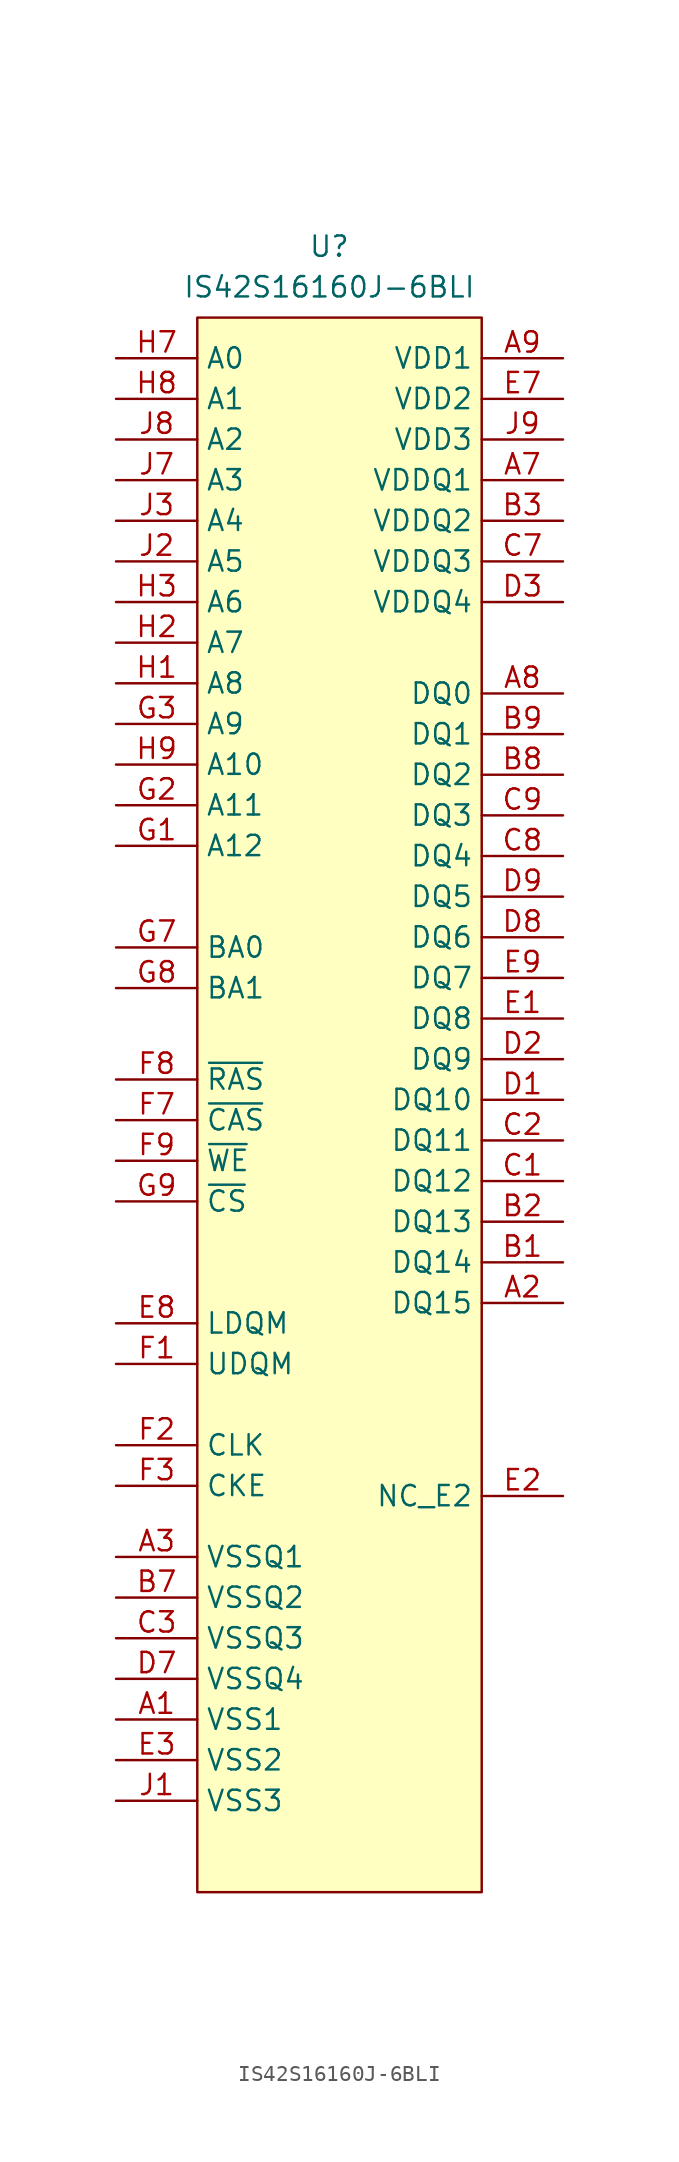
<source format=kicad_sym>
(kicad_symbol_lib
  (version 20241209)
  (generator "kicad_symbol_editor")
  (generator_version "9.0")
  (symbol "IS42S16160J-6BLI"
    (property "Reference" "U"
      (at 0 0 0)
      (effects (font (size 1.27 1.27))))
    (property "Value" "IS42S16160J-6BLI"
      (at 0 -2.54 0)
      (effects (font (size 1.27 1.27))))
    (symbol "IS42S16160J-6BLI_1_1"
      (rectangle (start -8.255 -4.445) (end 9.525 -102.87) (stroke (width 0) (type solid)) (fill (type background)))
      (pin input line (at -13.335 -6.985 0) (length 5.08) (name "A0" (effects (font (size 1.27 1.27)))) (number "H7" (effects (font (size 1.27 1.27)))))
      (pin input line (at -13.335 -9.525 0) (length 5.08) (name "A1" (effects (font (size 1.27 1.27)))) (number "H8" (effects (font (size 1.27 1.27)))))
      (pin input line (at -13.335 -12.065 0) (length 5.08) (name "A2" (effects (font (size 1.27 1.27)))) (number "J8" (effects (font (size 1.27 1.27)))))
      (pin input line (at -13.335 -14.605 0) (length 5.08) (name "A3" (effects (font (size 1.27 1.27)))) (number "J7" (effects (font (size 1.27 1.27)))))
      (pin input line (at -13.335 -17.145 0) (length 5.08) (name "A4" (effects (font (size 1.27 1.27)))) (number "J3" (effects (font (size 1.27 1.27)))))
      (pin input line (at -13.335 -19.685 0) (length 5.08) (name "A5" (effects (font (size 1.27 1.27)))) (number "J2" (effects (font (size 1.27 1.27)))))
      (pin input line (at -13.335 -22.225 0) (length 5.08) (name "A6" (effects (font (size 1.27 1.27)))) (number "H3" (effects (font (size 1.27 1.27)))))
      (pin input line (at -13.335 -24.765 0) (length 5.08) (name "A7" (effects (font (size 1.27 1.27)))) (number "H2" (effects (font (size 1.27 1.27)))))
      (pin input line (at -13.335 -27.305 0) (length 5.08) (name "A8" (effects (font (size 1.27 1.27)))) (number "H1" (effects (font (size 1.27 1.27)))))
      (pin input line (at -13.335 -29.845 0) (length 5.08) (name "A9" (effects (font (size 1.27 1.27)))) (number "G3" (effects (font (size 1.27 1.27)))))
      (pin input line (at -13.335 -32.385 0) (length 5.08) (name "A10" (effects (font (size 1.27 1.27)))) (number "H9" (effects (font (size 1.27 1.27)))))
      (pin input line (at -13.335 -34.925 0) (length 5.08) (name "A11" (effects (font (size 1.27 1.27)))) (number "G2" (effects (font (size 1.27 1.27)))))
      (pin input line (at -13.335 -37.465 0) (length 5.08) (name "A12" (effects (font (size 1.27 1.27)))) (number "G1" (effects (font (size 1.27 1.27)))))
      (pin input line (at -13.335 -43.815 0) (length 5.08) (name "BA0" (effects (font (size 1.27 1.27)))) (number "G7" (effects (font (size 1.27 1.27)))))
      (pin input line (at -13.335 -46.355 0) (length 5.08) (name "BA1" (effects (font (size 1.27 1.27)))) (number "G8" (effects (font (size 1.27 1.27)))))
      (pin input line (at -13.335 -52.07 0) (length 5.08) (name "~{RAS}" (effects (font (size 1.27 1.27)))) (number "F8" (effects (font (size 1.27 1.27)))))
      (pin input line (at -13.335 -54.61 0) (length 5.08) (name "~{CAS}" (effects (font (size 1.27 1.27)))) (number "F7" (effects (font (size 1.27 1.27)))))
      (pin input line (at -13.335 -57.15 0) (length 5.08) (name "~{WE}" (effects (font (size 1.27 1.27)))) (number "F9" (effects (font (size 1.27 1.27)))))
      (pin input line (at -13.335 -59.69 0) (length 5.08) (name "~{CS}" (effects (font (size 1.27 1.27)))) (number "G9" (effects (font (size 1.27 1.27)))))
      (pin input line (at -13.335 -67.31 0) (length 5.08) (name "LDQM" (effects (font (size 1.27 1.27)))) (number "E8" (effects (font (size 1.27 1.27)))))
      (pin input line (at -13.335 -69.85 0) (length 5.08) (name "UDQM" (effects (font (size 1.27 1.27)))) (number "F1" (effects (font (size 1.27 1.27)))))
      (pin input line (at -13.335 -74.93 0) (length 5.08) (name "CLK" (effects (font (size 1.27 1.27)))) (number "F2" (effects (font (size 1.27 1.27)))))
      (pin input line (at -13.335 -77.47 0) (length 5.08) (name "CKE" (effects (font (size 1.27 1.27)))) (number "F3" (effects (font (size 1.27 1.27)))))
      (pin input line (at -13.335 -81.915 0) (length 5.08) (name "VSSQ1" (effects (font (size 1.27 1.27)))) (number "A3" (effects (font (size 1.27 1.27)))))
      (pin input line (at -13.335 -84.455 0) (length 5.08) (name "VSSQ2" (effects (font (size 1.27 1.27)))) (number "B7" (effects (font (size 1.27 1.27)))))
      (pin input line (at -13.335 -86.995 0) (length 5.08) (name "VSSQ3" (effects (font (size 1.27 1.27)))) (number "C3" (effects (font (size 1.27 1.27)))))
      (pin input line (at -13.335 -89.535 0) (length 5.08) (name "VSSQ4" (effects (font (size 1.27 1.27)))) (number "D7" (effects (font (size 1.27 1.27)))))
      (pin input line (at -13.335 -92.075 0) (length 5.08) (name "VSS1" (effects (font (size 1.27 1.27)))) (number "A1" (effects (font (size 1.27 1.27)))))
      (pin input line (at -13.335 -94.615 0) (length 5.08) (name "VSS2" (effects (font (size 1.27 1.27)))) (number "E3" (effects (font (size 1.27 1.27)))))
      (pin input line (at -13.335 -97.155 0) (length 5.08) (name "VSS3" (effects (font (size 1.27 1.27)))) (number "J1" (effects (font (size 1.27 1.27)))))
      (pin input line (at 14.605 -6.985 180) (length 5.08) (name "VDD1" (effects (font (size 1.27 1.27)))) (number "A9" (effects (font (size 1.27 1.27)))))
      (pin input line (at 14.605 -9.525 180) (length 5.08) (name "VDD2" (effects (font (size 1.27 1.27)))) (number "E7" (effects (font (size 1.27 1.27)))))
      (pin input line (at 14.605 -12.065 180) (length 5.08) (name "VDD3" (effects (font (size 1.27 1.27)))) (number "J9" (effects (font (size 1.27 1.27)))))
      (pin input line (at 14.605 -14.605 180) (length 5.08) (name "VDDQ1" (effects (font (size 1.27 1.27)))) (number "A7" (effects (font (size 1.27 1.27)))))
      (pin input line (at 14.605 -17.145 180) (length 5.08) (name "VDDQ2" (effects (font (size 1.27 1.27)))) (number "B3" (effects (font (size 1.27 1.27)))))
      (pin input line (at 14.605 -19.685 180) (length 5.08) (name "VDDQ3" (effects (font (size 1.27 1.27)))) (number "C7" (effects (font (size 1.27 1.27)))))
      (pin input line (at 14.605 -22.225 180) (length 5.08) (name "VDDQ4" (effects (font (size 1.27 1.27)))) (number "D3" (effects (font (size 1.27 1.27)))))
      (pin input line (at 14.605 -27.94 180) (length 5.08) (name "DQ0" (effects (font (size 1.27 1.27)))) (number "A8" (effects (font (size 1.27 1.27)))))
      (pin input line (at 14.605 -30.48 180) (length 5.08) (name "DQ1" (effects (font (size 1.27 1.27)))) (number "B9" (effects (font (size 1.27 1.27)))))
      (pin input line (at 14.605 -33.02 180) (length 5.08) (name "DQ2" (effects (font (size 1.27 1.27)))) (number "B8" (effects (font (size 1.27 1.27)))))
      (pin input line (at 14.605 -35.56 180) (length 5.08) (name "DQ3" (effects (font (size 1.27 1.27)))) (number "C9" (effects (font (size 1.27 1.27)))))
      (pin input line (at 14.605 -38.1 180) (length 5.08) (name "DQ4" (effects (font (size 1.27 1.27)))) (number "C8" (effects (font (size 1.27 1.27)))))
      (pin input line (at 14.605 -40.64 180) (length 5.08) (name "DQ5" (effects (font (size 1.27 1.27)))) (number "D9" (effects (font (size 1.27 1.27)))))
      (pin input line (at 14.605 -43.18 180) (length 5.08) (name "DQ6" (effects (font (size 1.27 1.27)))) (number "D8" (effects (font (size 1.27 1.27)))))
      (pin input line (at 14.605 -45.72 180) (length 5.08) (name "DQ7" (effects (font (size 1.27 1.27)))) (number "E9" (effects (font (size 1.27 1.27)))))
      (pin input line (at 14.605 -48.26 180) (length 5.08) (name "DQ8" (effects (font (size 1.27 1.27)))) (number "E1" (effects (font (size 1.27 1.27)))))
      (pin input line (at 14.605 -50.8 180) (length 5.08) (name "DQ9" (effects (font (size 1.27 1.27)))) (number "D2" (effects (font (size 1.27 1.27)))))
      (pin input line (at 14.605 -53.34 180) (length 5.08) (name "DQ10" (effects (font (size 1.27 1.27)))) (number "D1" (effects (font (size 1.27 1.27)))))
      (pin input line (at 14.605 -55.88 180) (length 5.08) (name "DQ11" (effects (font (size 1.27 1.27)))) (number "C2" (effects (font (size 1.27 1.27)))))
      (pin input line (at 14.605 -58.42 180) (length 5.08) (name "DQ12" (effects (font (size 1.27 1.27)))) (number "C1" (effects (font (size 1.27 1.27)))))
      (pin input line (at 14.605 -60.96 180) (length 5.08) (name "DQ13" (effects (font (size 1.27 1.27)))) (number "B2" (effects (font (size 1.27 1.27)))))
      (pin input line (at 14.605 -63.5 180) (length 5.08) (name "DQ14" (effects (font (size 1.27 1.27)))) (number "B1" (effects (font (size 1.27 1.27)))))
      (pin input line (at 14.605 -66.04 180) (length 5.08) (name "DQ15" (effects (font (size 1.27 1.27)))) (number "A2" (effects (font (size 1.27 1.27)))))
      (pin input line (at 14.605 -78.105 180) (length 5.08) (name "NC_E2" (effects (font (size 1.27 1.27)))) (number "E2" (effects (font (size 1.27 1.27))))))))
</source>
